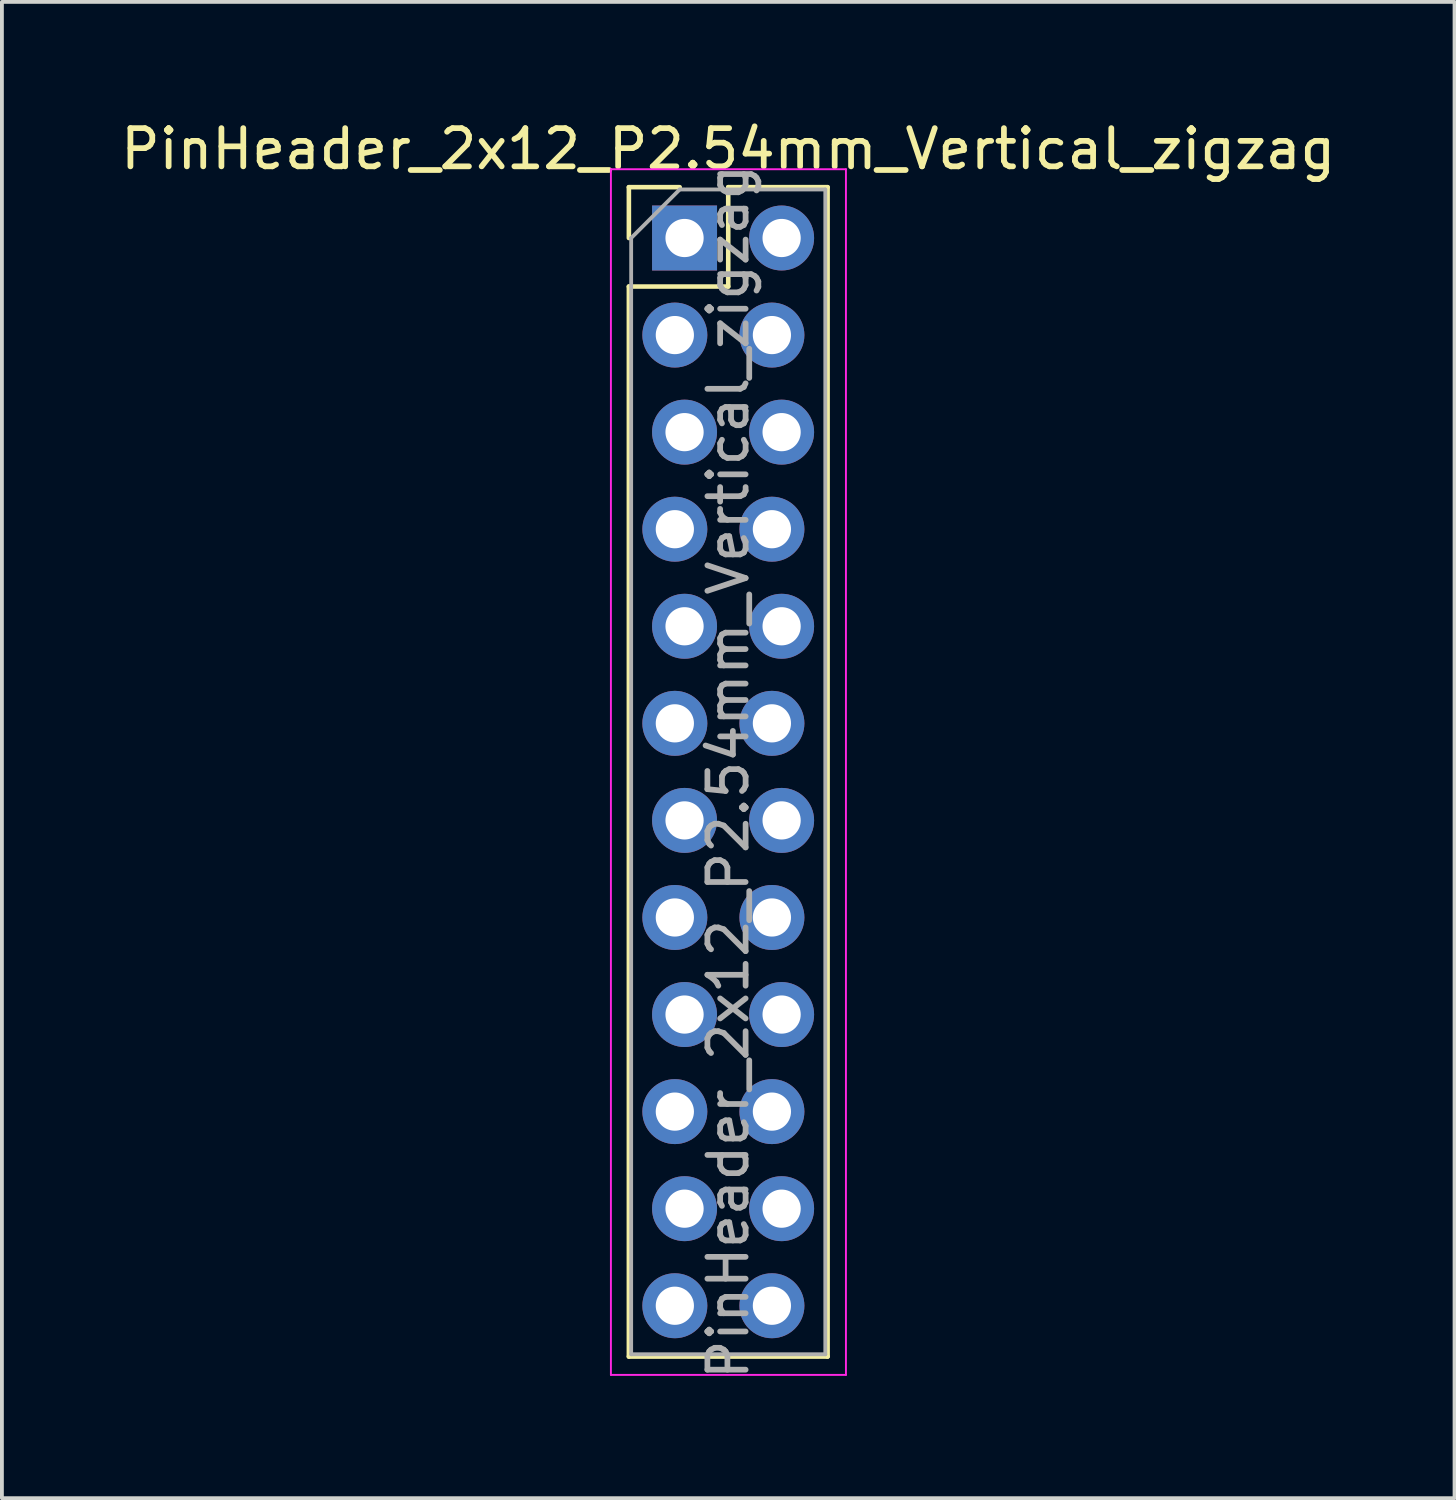
<source format=kicad_pcb>
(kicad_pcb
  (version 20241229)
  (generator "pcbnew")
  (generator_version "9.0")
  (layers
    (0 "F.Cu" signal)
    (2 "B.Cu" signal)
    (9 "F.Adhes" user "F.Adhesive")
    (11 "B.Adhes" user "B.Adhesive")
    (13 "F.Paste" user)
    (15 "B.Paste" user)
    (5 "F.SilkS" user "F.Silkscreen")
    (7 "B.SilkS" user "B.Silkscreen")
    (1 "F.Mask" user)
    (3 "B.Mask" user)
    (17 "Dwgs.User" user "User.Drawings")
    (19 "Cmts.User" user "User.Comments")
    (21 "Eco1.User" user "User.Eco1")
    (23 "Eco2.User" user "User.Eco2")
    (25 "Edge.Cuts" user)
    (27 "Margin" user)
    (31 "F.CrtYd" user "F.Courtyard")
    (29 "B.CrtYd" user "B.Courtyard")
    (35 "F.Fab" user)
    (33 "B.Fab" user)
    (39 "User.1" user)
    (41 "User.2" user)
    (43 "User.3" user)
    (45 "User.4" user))
  (footprint "PinHeader_2x12_P2.54mm_Vertical_zigzag"
    (layer "F.Cu")
    (at 14.736 3.178)
    (property "Reference" "PinHeader_2x12_P2.54mm_Vertical_zigzag" (at 1.27 -2.33 0) (layer "F.SilkS") (effects (font (size 1 1) (thickness 0.15))))
    (attr through_hole)
    (fp_line (start -1.33 -1.33) (end 0 -1.33) (stroke (width 0.12) (type solid)) (layer "F.SilkS"))
    (fp_line (start -1.33 0) (end -1.33 -1.33) (stroke (width 0.12) (type solid)) (layer "F.SilkS"))
    (fp_line (start -1.33 1.27) (end -1.33 29.27) (stroke (width 0.12) (type solid)) (layer "F.SilkS"))
    (fp_line (start -1.33 1.27) (end 1.27 1.27) (stroke (width 0.12) (type solid)) (layer "F.SilkS"))
    (fp_line (start -1.33 29.27) (end 3.87 29.27) (stroke (width 0.12) (type solid)) (layer "F.SilkS"))
    (fp_line (start 1.27 -1.33) (end 3.87 -1.33) (stroke (width 0.12) (type solid)) (layer "F.SilkS"))
    (fp_line (start 1.27 1.27) (end 1.27 -1.33) (stroke (width 0.12) (type solid)) (layer "F.SilkS"))
    (fp_line (start 3.87 -1.33) (end 3.87 29.27) (stroke (width 0.12) (type solid)) (layer "F.SilkS"))
    (fp_line (start -1.8 -1.8) (end -1.8 29.75) (stroke (width 0.05) (type solid)) (layer "F.CrtYd"))
    (fp_line (start -1.8 29.75) (end 4.35 29.75) (stroke (width 0.05) (type solid)) (layer "F.CrtYd"))
    (fp_line (start 4.35 -1.8) (end -1.8 -1.8) (stroke (width 0.05) (type solid)) (layer "F.CrtYd"))
    (fp_line (start 4.35 29.75) (end 4.35 -1.8) (stroke (width 0.05) (type solid)) (layer "F.CrtYd"))
    (fp_line (start -1.27 0) (end 0 -1.27) (stroke (width 0.1) (type solid)) (layer "F.Fab"))
    (fp_line (start -1.27 29.21) (end -1.27 0) (stroke (width 0.1) (type solid)) (layer "F.Fab"))
    (fp_line (start 0 -1.27) (end 3.81 -1.27) (stroke (width 0.1) (type solid)) (layer "F.Fab"))
    (fp_line (start 3.81 -1.27) (end 3.81 29.21) (stroke (width 0.1) (type solid)) (layer "F.Fab"))
    (fp_line (start 3.81 29.21) (end -1.27 29.21) (stroke (width 0.1) (type solid)) (layer "F.Fab"))
    (fp_text user "${REFERENCE}" (at 1.27 13.97 90) (layer "F.Fab") (effects (font (size 1 1) (thickness 0.15))))
    (pad "1" thru_hole rect (at 0.127 0) (size 1.7 1.7) (drill 1) (layers "*.Cu" "*.Mask"))
    (pad "2" thru_hole oval (at 2.667 0) (size 1.7 1.7) (drill 1) (layers "*.Cu" "*.Mask"))
    (pad "3" thru_hole oval (at -0.127 2.54) (size 1.7 1.7) (drill 1) (layers "*.Cu" "*.Mask"))
    (pad "4" thru_hole oval (at 2.413 2.54) (size 1.7 1.7) (drill 1) (layers "*.Cu" "*.Mask"))
    (pad "5" thru_hole oval (at 0.127 5.08) (size 1.7 1.7) (drill 1) (layers "*.Cu" "*.Mask"))
    (pad "6" thru_hole oval (at 2.667 5.08) (size 1.7 1.7) (drill 1) (layers "*.Cu" "*.Mask"))
    (pad "7" thru_hole oval (at -0.127 7.62) (size 1.7 1.7) (drill 1) (layers "*.Cu" "*.Mask"))
    (pad "8" thru_hole oval (at 2.413 7.62) (size 1.7 1.7) (drill 1) (layers "*.Cu" "*.Mask"))
    (pad "9" thru_hole oval (at 0.127 10.16) (size 1.7 1.7) (drill 1) (layers "*.Cu" "*.Mask"))
    (pad "10" thru_hole oval (at 2.667 10.16) (size 1.7 1.7) (drill 1) (layers "*.Cu" "*.Mask"))
    (pad "11" thru_hole oval (at -0.127 12.7) (size 1.7 1.7) (drill 1) (layers "*.Cu" "*.Mask"))
    (pad "12" thru_hole oval (at 2.413 12.7) (size 1.7 1.7) (drill 1) (layers "*.Cu" "*.Mask"))
    (pad "13" thru_hole oval (at 0.127 15.24) (size 1.7 1.7) (drill 1) (layers "*.Cu" "*.Mask"))
    (pad "14" thru_hole oval (at 2.667 15.24) (size 1.7 1.7) (drill 1) (layers "*.Cu" "*.Mask"))
    (pad "15" thru_hole oval (at -0.127 17.78) (size 1.7 1.7) (drill 1) (layers "*.Cu" "*.Mask"))
    (pad "16" thru_hole oval (at 2.413 17.78) (size 1.7 1.7) (drill 1) (layers "*.Cu" "*.Mask"))
    (pad "17" thru_hole oval (at 0.127 20.32) (size 1.7 1.7) (drill 1) (layers "*.Cu" "*.Mask"))
    (pad "18" thru_hole oval (at 2.667 20.32) (size 1.7 1.7) (drill 1) (layers "*.Cu" "*.Mask"))
    (pad "19" thru_hole oval (at -0.127 22.86) (size 1.7 1.7) (drill 1) (layers "*.Cu" "*.Mask"))
    (pad "20" thru_hole oval (at 2.413 22.86) (size 1.7 1.7) (drill 1) (layers "*.Cu" "*.Mask"))
    (pad "21" thru_hole oval (at 0.127 25.4) (size 1.7 1.7) (drill 1) (layers "*.Cu" "*.Mask"))
    (pad "22" thru_hole oval (at 2.667 25.4) (size 1.7 1.7) (drill 1) (layers "*.Cu" "*.Mask"))
    (pad "23" thru_hole oval (at -0.127 27.94) (size 1.7 1.7) (drill 1) (layers "*.Cu" "*.Mask"))
    (pad "24" thru_hole oval (at 2.413 27.94) (size 1.7 1.7) (drill 1) (layers "*.Cu" "*.Mask")))
  (gr_rect
    (start -3 -3)
    (end 35.012 36.154)
    (stroke (width 0.1) (type default))
    (fill no)
    (layer "Edge.Cuts")))
</source>
